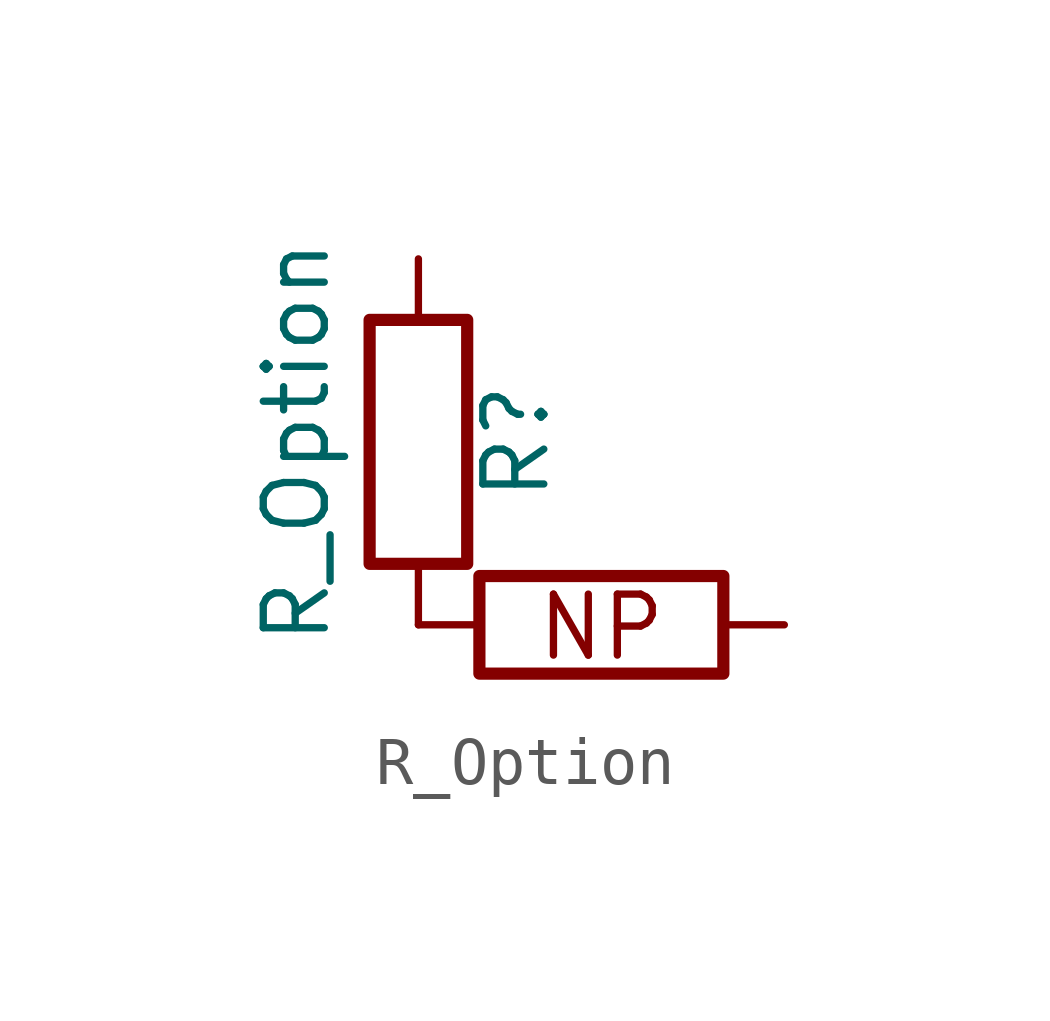
<source format=kicad_sym>
(kicad_symbol_lib
  (version 20211014)
  (generator kicad_symbol_editor)
  (symbol "R_Option"
    (pin_numbers hide)
    (pin_names
      (offset 0))
    (property "Reference" "R"
      (at 2.032 0 90)
      (effects (font (size 1.27 1.27))))
    (property "Value" "R_Option"
      (at -2.54 0 90)
      (effects (font (size 1.27 1.27))))
    (symbol "R_Option_0_0"
      (text "NP" (at 3.81 -3.861 0) (effects (font (size 1.27 1.27)))))
    (symbol "R_Option_0_1"
      (rectangle (start -1.016 -2.54) (end 1.016 2.54) (stroke (width 0.254) (type default) (color 0 0 0 0)) (fill (type none)))
      (rectangle (start 6.35 -4.826) (end 1.27 -2.794) (stroke (width 0.254) (type default) (color 0 0 0 0)) (fill (type none))))
    (symbol "R_Option_1_1"
      (pin passive line (at 0 3.81 270) (length 1.27) (name "~" (effects (font (size 1.27 1.27)))) (number "1" (effects (font (size 1.27 1.27)))))
      (pin passive line (at 0 -3.81 0) (length 1.27) (name "~" (effects (font (size 1.27 1.27)))) (number "2" (effects (font (size 1.27 1.27)))))
      (pin passive line (at 0 -3.81 90) (length 1.27) (name "~" (effects (font (size 1.27 1.27)))) (number "2" (effects (font (size 1.27 1.27)))))
      (pin passive line (at 7.62 -3.81 180) (length 1.27) (name "~" (effects (font (size 1.27 1.27)))) (number "3" (effects (font (size 1.27 1.27))))))))
</source>
